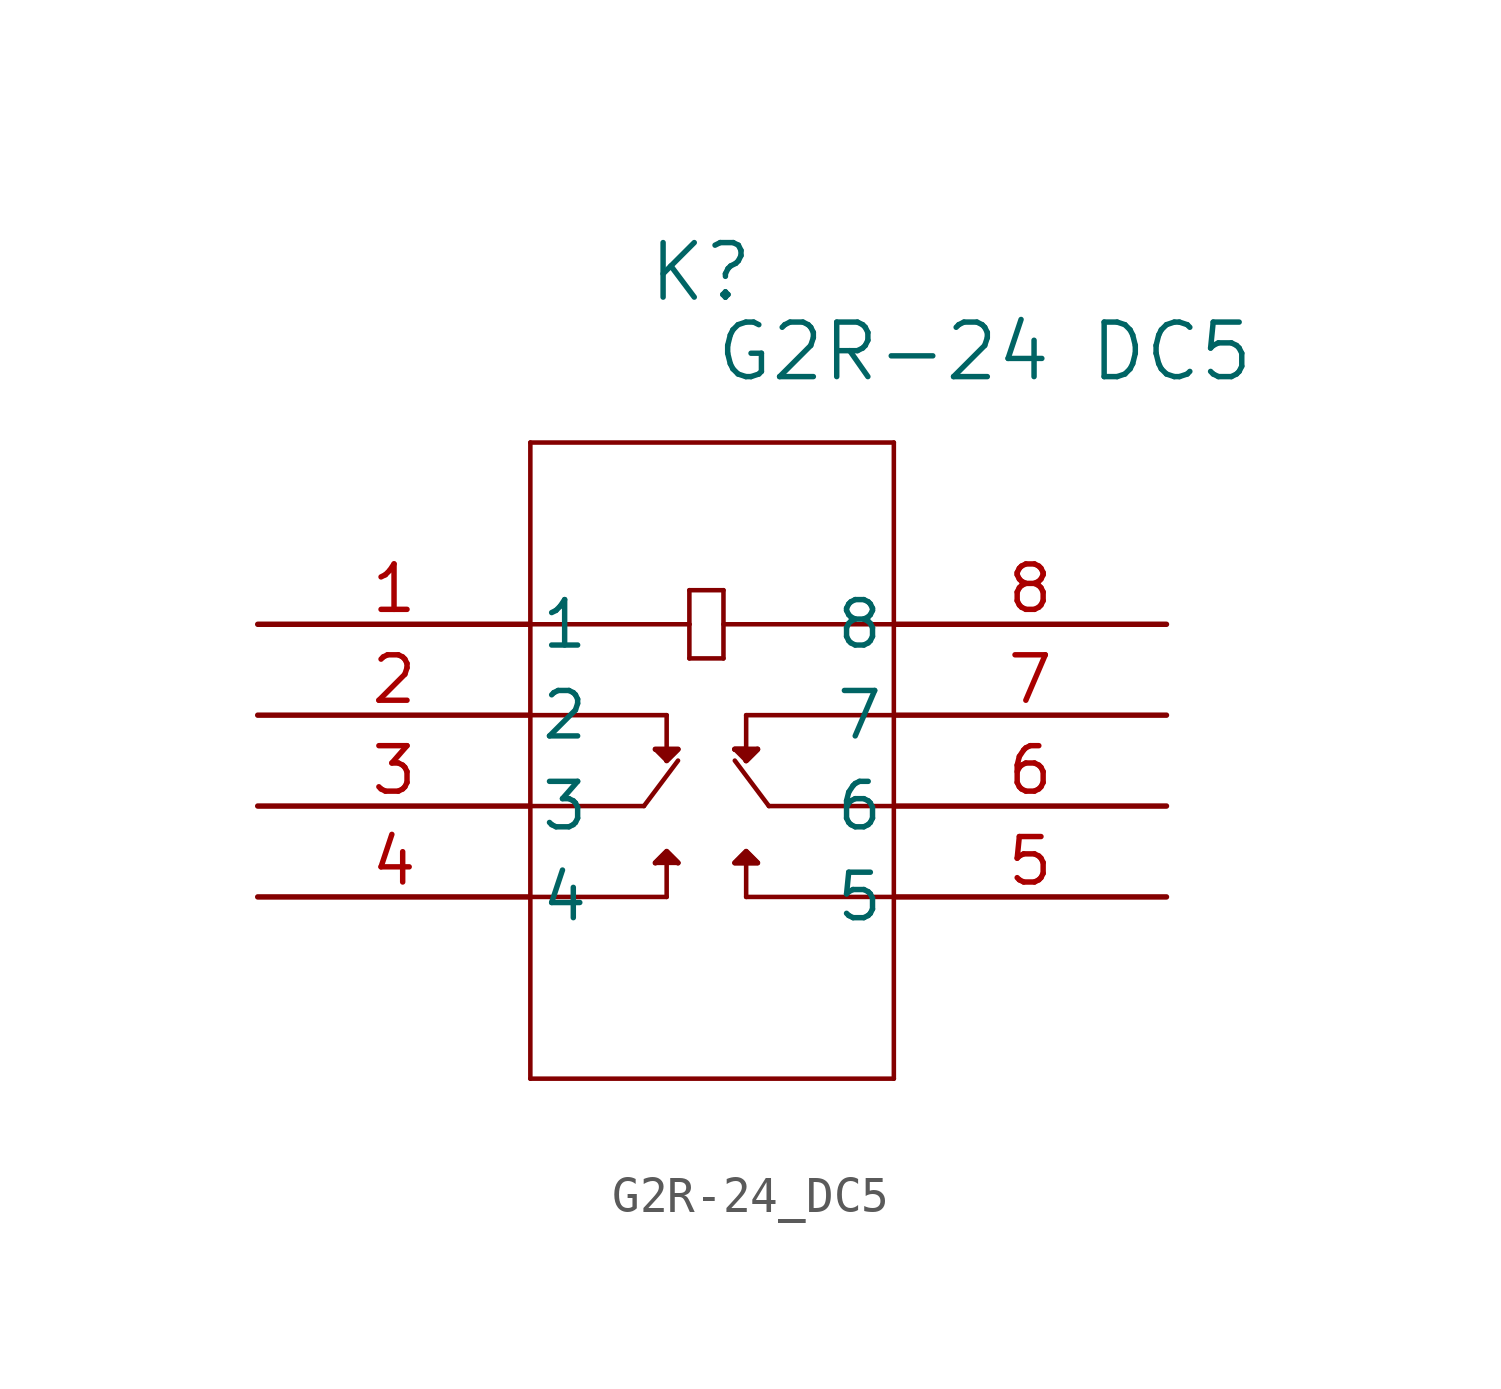
<source format=kicad_sym>
(kicad_symbol_lib
  (version 20231120)
  (generator "kicad_symbol_editor")
  (generator_version "8.0")
  (symbol "G2R-24_DC5"
    (pin_names
      (offset 0.254))
    (property "Reference" "K"
      (at 12.383 9.842 0)
      (effects (font (size 1.524 1.524))))
    (property "Value" "G2R-24 DC5"
      (at 20.32 7.62 0)
      (effects (font (size 1.524 1.524))))
    (property "ki_locked" ""
      (at 0 0 0)
      (effects (font (size 1.27 1.27))))
    (symbol "G2R-24_DC5_0_1"
      (polyline (pts (xy 7.62 -12.7) (xy 17.78 -12.7)) (stroke (width 0.127) (type default)) (fill (type none)))
      (polyline (pts (xy 7.62 -7.62) (xy 11.43 -7.62)) (stroke (width 0.127) (type default)) (fill (type none)))
      (polyline (pts (xy 7.62 -5.08) (xy 10.795 -5.08)) (stroke (width 0.127) (type default)) (fill (type none)))
      (polyline (pts (xy 7.62 -2.54) (xy 11.43 -2.54)) (stroke (width 0.127) (type default)) (fill (type none)))
      (polyline (pts (xy 7.62 0) (xy 12.065 0)) (stroke (width 0.127) (type default)) (fill (type none)))
      (polyline (pts (xy 7.62 5.08) (xy 7.62 -12.7)) (stroke (width 0.127) (type default)) (fill (type none)))
      (polyline (pts (xy 10.795 -5.08) (xy 11.748 -3.81)) (stroke (width 0.127) (type default)) (fill (type none)))
      (polyline (pts (xy 11.113 -6.668) (xy 11.43 -6.35)) (stroke (width 0.127) (type default)) (fill (type none)))
      (polyline (pts (xy 11.113 -6.668) (xy 11.748 -6.668)) (stroke (width 0.127) (type default)) (fill (type none)))
      (polyline (pts (xy 11.113 -3.493) (xy 11.43 -3.81)) (stroke (width 0.127) (type default)) (fill (type none)))
      (polyline (pts (xy 11.113 -3.493) (xy 11.748 -3.493)) (stroke (width 0.127) (type default)) (fill (type none)))
      (polyline (pts (xy 11.43 -7.62) (xy 11.43 -6.668)) (stroke (width 0.127) (type default)) (fill (type none)))
      (polyline (pts (xy 11.43 -3.81) (xy 11.748 -3.493)) (stroke (width 0.127) (type default)) (fill (type none)))
      (polyline (pts (xy 11.43 -2.54) (xy 11.43 -3.493)) (stroke (width 0.127) (type default)) (fill (type none)))
      (polyline (pts (xy 11.748 -6.668) (xy 11.43 -6.35)) (stroke (width 0.127) (type default)) (fill (type none)))
      (polyline (pts (xy 12.065 -0.953) (xy 13.018 -0.953)) (stroke (width 0.127) (type default)) (fill (type none)))
      (polyline (pts (xy 12.065 0) (xy 12.065 -0.953)) (stroke (width 0.127) (type default)) (fill (type none)))
      (polyline (pts (xy 12.065 0.953) (xy 12.065 0)) (stroke (width 0.127) (type default)) (fill (type none)))
      (polyline (pts (xy 13.018 -0.953) (xy 13.018 0.953)) (stroke (width 0.127) (type default)) (fill (type none)))
      (polyline (pts (xy 13.018 0) (xy 17.78 0)) (stroke (width 0.127) (type default)) (fill (type none)))
      (polyline (pts (xy 13.018 0.953) (xy 12.065 0.953)) (stroke (width 0.127) (type default)) (fill (type none)))
      (polyline (pts (xy 13.335 -6.668) (xy 13.97 -6.668)) (stroke (width 0.127) (type default)) (fill (type none)))
      (polyline (pts (xy 13.335 -3.493) (xy 13.652 -3.81)) (stroke (width 0.127) (type default)) (fill (type none)))
      (polyline (pts (xy 13.335 -3.493) (xy 13.97 -3.493)) (stroke (width 0.127) (type default)) (fill (type none)))
      (polyline (pts (xy 13.652 -7.62) (xy 13.652 -6.668)) (stroke (width 0.127) (type default)) (fill (type none)))
      (polyline (pts (xy 13.652 -7.62) (xy 17.78 -7.62)) (stroke (width 0.127) (type default)) (fill (type none)))
      (polyline (pts (xy 13.652 -6.35) (xy 13.335 -6.668)) (stroke (width 0.127) (type default)) (fill (type none)))
      (polyline (pts (xy 13.652 -6.35) (xy 13.97 -6.668)) (stroke (width 0.127) (type default)) (fill (type none)))
      (polyline (pts (xy 13.652 -3.81) (xy 13.97 -3.493)) (stroke (width 0.127) (type default)) (fill (type none)))
      (polyline (pts (xy 13.652 -2.54) (xy 13.652 -3.493)) (stroke (width 0.127) (type default)) (fill (type none)))
      (polyline (pts (xy 13.652 -2.54) (xy 17.78 -2.54)) (stroke (width 0.127) (type default)) (fill (type none)))
      (polyline (pts (xy 14.287 -5.08) (xy 13.335 -3.81)) (stroke (width 0.127) (type default)) (fill (type none)))
      (polyline (pts (xy 14.287 -5.08) (xy 17.78 -5.08)) (stroke (width 0.127) (type default)) (fill (type none)))
      (polyline (pts (xy 17.78 -12.7) (xy 17.78 5.08)) (stroke (width 0.127) (type default)) (fill (type none)))
      (polyline (pts (xy 17.78 5.08) (xy 7.62 5.08)) (stroke (width 0.127) (type default)) (fill (type none)))
      (polyline (pts (xy 11.113 -6.668) (xy 11.43 -6.35) (xy 11.748 -6.668)) (stroke (width 0) (type default)) (fill (type outline)))
      (polyline (pts (xy 11.113 -3.493) (xy 11.748 -3.493) (xy 11.43 -3.81)) (stroke (width 0) (type default)) (fill (type outline)))
      (polyline (pts (xy 13.335 -3.493) (xy 13.97 -3.493) (xy 13.652 -3.81)) (stroke (width 0) (type default)) (fill (type outline)))
      (polyline (pts (xy 13.335 -3.493) (xy 13.652 -3.493) (xy 13.652 -3.81) (xy 13.97 -3.493)) (stroke (width 0) (type default)) (fill (type outline)))
      (polyline (pts (xy 13.652 -6.668) (xy 13.652 -6.35) (xy 13.335 -6.668) (xy 13.97 -6.668) (xy 13.652 -6.35)) (stroke (width 0) (type default)) (fill (type outline)))
      (pin unspecified line (at 0 0 0) (length 7.62) (name "1" (effects (font (size 1.27 1.27)))) (number "1" (effects (font (size 1.27 1.27)))))
      (pin unspecified line (at 0 -2.54 0) (length 7.62) (name "2" (effects (font (size 1.27 1.27)))) (number "2" (effects (font (size 1.27 1.27)))))
      (pin unspecified line (at 0 -5.08 0) (length 7.62) (name "3" (effects (font (size 1.27 1.27)))) (number "3" (effects (font (size 1.27 1.27)))))
      (pin unspecified line (at 0 -7.62 0) (length 7.62) (name "4" (effects (font (size 1.27 1.27)))) (number "4" (effects (font (size 1.27 1.27)))))
      (pin unspecified line (at 25.4 -7.62 180) (length 7.62) (name "5" (effects (font (size 1.27 1.27)))) (number "5" (effects (font (size 1.27 1.27)))))
      (pin unspecified line (at 25.4 -5.08 180) (length 7.62) (name "6" (effects (font (size 1.27 1.27)))) (number "6" (effects (font (size 1.27 1.27)))))
      (pin unspecified line (at 25.4 -2.54 180) (length 7.62) (name "7" (effects (font (size 1.27 1.27)))) (number "7" (effects (font (size 1.27 1.27)))))
      (pin unspecified line (at 25.4 0 180) (length 7.62) (name "8" (effects (font (size 1.27 1.27)))) (number "8" (effects (font (size 1.27 1.27))))))))
</source>
